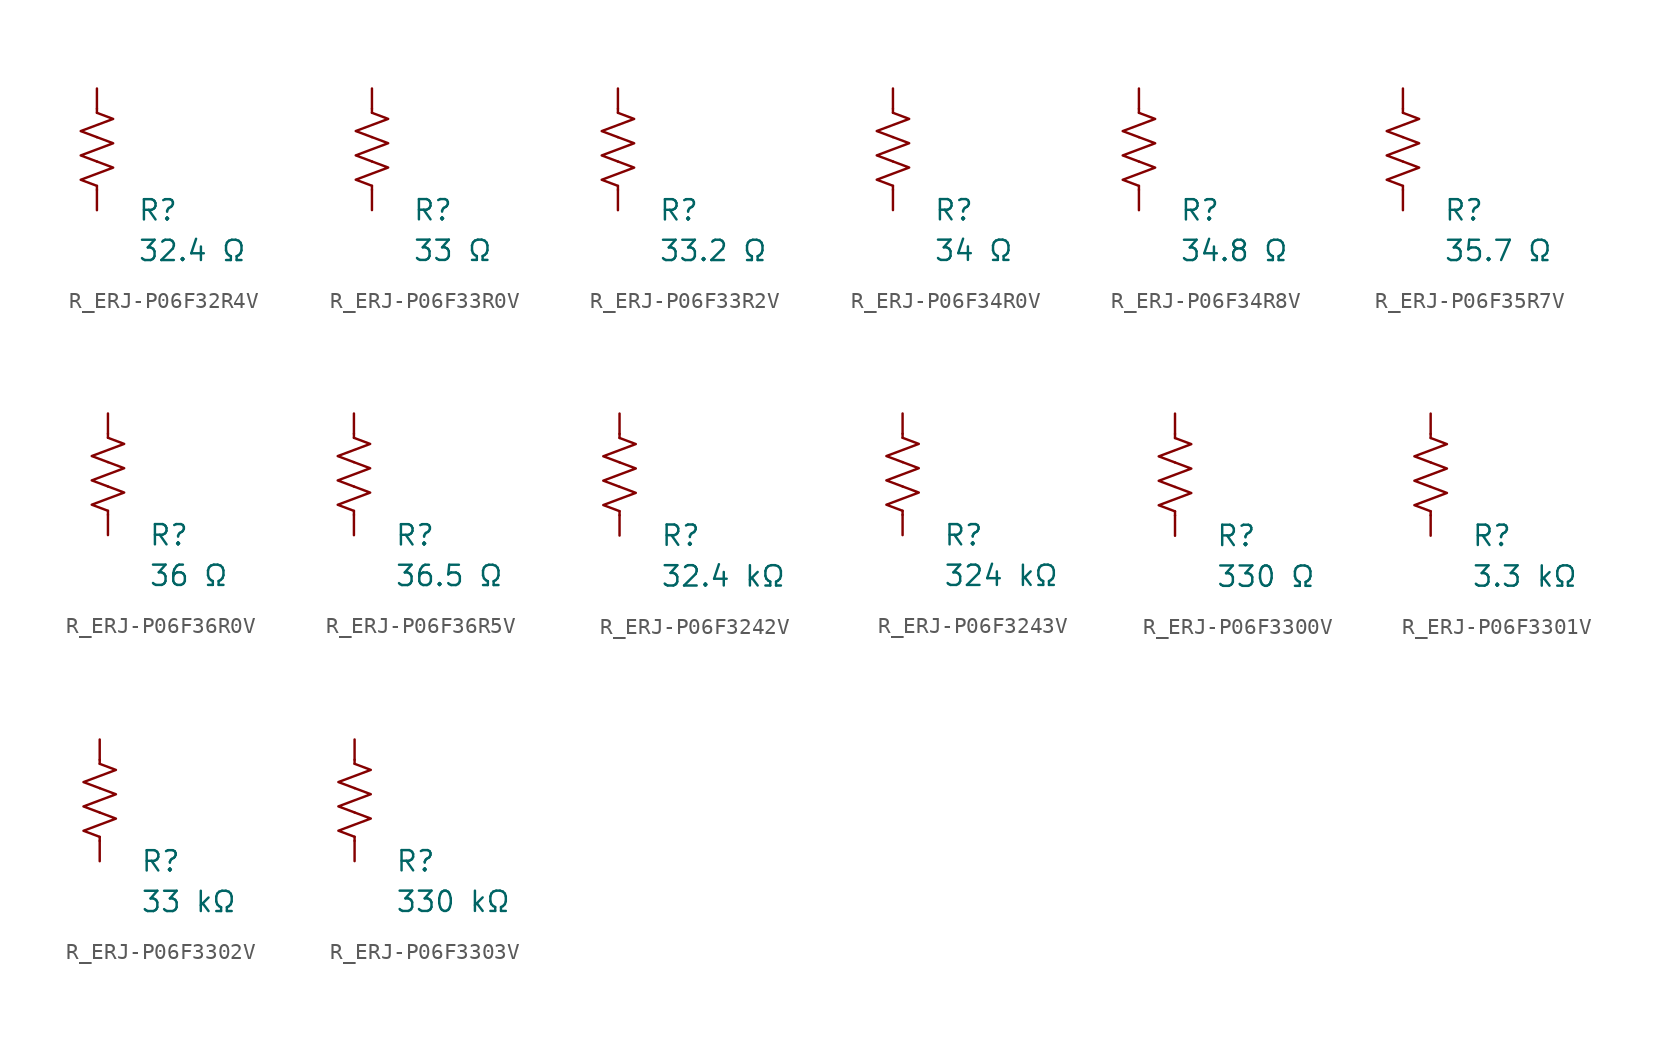
<source format=kicad_sym>
(kicad_symbol_lib
  (version 20231120)
  (generator "kicad_symbol_editor")
  (generator_version "8.0")
  (symbol "R_ERJ-P06F32R4V"
    (pin_numbers hide)
    (pin_names
      (offset 0))
    (property "Reference" "R"
      (at 2.54 -3.81 0)
      (effects (font (size 1.27 1.27)) (justify left))
      (show_name no))
    (property "Value" "32.4 Ω"
      (at 2.54 -6.35 0)
      (effects (font (size 1.27 1.27)) (justify left))
      (show_name no))
    (symbol "R_ERJ-P06F32R4V_0_1"
      (polyline (pts (xy 0 -2.286) (xy 0 -2.54)) (stroke (width 0) (type default)) (fill (type none)))
      (polyline (pts (xy 0 2.286) (xy 0 2.54)) (stroke (width 0) (type default)) (fill (type none)))
      (polyline (pts (xy 0 -0.762) (xy 1.016 -1.143) (xy 0 -1.524) (xy -1.016 -1.905) (xy 0 -2.286)) (stroke (width 0) (type default)) (fill (type none)))
      (polyline (pts (xy 0 0.762) (xy 1.016 0.381) (xy 0 0) (xy -1.016 -0.381) (xy 0 -0.762)) (stroke (width 0) (type default)) (fill (type none)))
      (polyline (pts (xy 0 2.286) (xy 1.016 1.905) (xy 0 1.524) (xy -1.016 1.143) (xy 0 0.762)) (stroke (width 0) (type default)) (fill (type none))))
    (symbol "R_ERJ-P06F32R4V_1_1"
      (pin passive line (at 0 3.81 270) (length 1.27) (name "~" (effects (font (size 1.27 1.27)))) (number "1" (effects (font (size 1.27 1.27)))))
      (pin passive line (at 0 -3.81 90) (length 1.27) (name "~" (effects (font (size 1.27 1.27)))) (number "2" (effects (font (size 1.27 1.27)))))))
  (symbol "R_ERJ-P06F33R0V"
    (pin_numbers hide)
    (pin_names
      (offset 0))
    (property "Reference" "R"
      (at 2.54 -3.81 0)
      (effects (font (size 1.27 1.27)) (justify left))
      (show_name no))
    (property "Value" "33 Ω"
      (at 2.54 -6.35 0)
      (effects (font (size 1.27 1.27)) (justify left))
      (show_name no))
    (symbol "R_ERJ-P06F33R0V_0_1"
      (polyline (pts (xy 0 -2.286) (xy 0 -2.54)) (stroke (width 0) (type default)) (fill (type none)))
      (polyline (pts (xy 0 2.286) (xy 0 2.54)) (stroke (width 0) (type default)) (fill (type none)))
      (polyline (pts (xy 0 -0.762) (xy 1.016 -1.143) (xy 0 -1.524) (xy -1.016 -1.905) (xy 0 -2.286)) (stroke (width 0) (type default)) (fill (type none)))
      (polyline (pts (xy 0 0.762) (xy 1.016 0.381) (xy 0 0) (xy -1.016 -0.381) (xy 0 -0.762)) (stroke (width 0) (type default)) (fill (type none)))
      (polyline (pts (xy 0 2.286) (xy 1.016 1.905) (xy 0 1.524) (xy -1.016 1.143) (xy 0 0.762)) (stroke (width 0) (type default)) (fill (type none))))
    (symbol "R_ERJ-P06F33R0V_1_1"
      (pin passive line (at 0 3.81 270) (length 1.27) (name "~" (effects (font (size 1.27 1.27)))) (number "1" (effects (font (size 1.27 1.27)))))
      (pin passive line (at 0 -3.81 90) (length 1.27) (name "~" (effects (font (size 1.27 1.27)))) (number "2" (effects (font (size 1.27 1.27)))))))
  (symbol "R_ERJ-P06F33R2V"
    (pin_numbers hide)
    (pin_names
      (offset 0))
    (property "Reference" "R"
      (at 2.54 -3.81 0)
      (effects (font (size 1.27 1.27)) (justify left))
      (show_name no))
    (property "Value" "33.2 Ω"
      (at 2.54 -6.35 0)
      (effects (font (size 1.27 1.27)) (justify left))
      (show_name no))
    (symbol "R_ERJ-P06F33R2V_0_1"
      (polyline (pts (xy 0 -2.286) (xy 0 -2.54)) (stroke (width 0) (type default)) (fill (type none)))
      (polyline (pts (xy 0 2.286) (xy 0 2.54)) (stroke (width 0) (type default)) (fill (type none)))
      (polyline (pts (xy 0 -0.762) (xy 1.016 -1.143) (xy 0 -1.524) (xy -1.016 -1.905) (xy 0 -2.286)) (stroke (width 0) (type default)) (fill (type none)))
      (polyline (pts (xy 0 0.762) (xy 1.016 0.381) (xy 0 0) (xy -1.016 -0.381) (xy 0 -0.762)) (stroke (width 0) (type default)) (fill (type none)))
      (polyline (pts (xy 0 2.286) (xy 1.016 1.905) (xy 0 1.524) (xy -1.016 1.143) (xy 0 0.762)) (stroke (width 0) (type default)) (fill (type none))))
    (symbol "R_ERJ-P06F33R2V_1_1"
      (pin passive line (at 0 3.81 270) (length 1.27) (name "~" (effects (font (size 1.27 1.27)))) (number "1" (effects (font (size 1.27 1.27)))))
      (pin passive line (at 0 -3.81 90) (length 1.27) (name "~" (effects (font (size 1.27 1.27)))) (number "2" (effects (font (size 1.27 1.27)))))))
  (symbol "R_ERJ-P06F34R0V"
    (pin_numbers hide)
    (pin_names
      (offset 0))
    (property "Reference" "R"
      (at 2.54 -3.81 0)
      (effects (font (size 1.27 1.27)) (justify left))
      (show_name no))
    (property "Value" "34 Ω"
      (at 2.54 -6.35 0)
      (effects (font (size 1.27 1.27)) (justify left))
      (show_name no))
    (symbol "R_ERJ-P06F34R0V_0_1"
      (polyline (pts (xy 0 -2.286) (xy 0 -2.54)) (stroke (width 0) (type default)) (fill (type none)))
      (polyline (pts (xy 0 2.286) (xy 0 2.54)) (stroke (width 0) (type default)) (fill (type none)))
      (polyline (pts (xy 0 -0.762) (xy 1.016 -1.143) (xy 0 -1.524) (xy -1.016 -1.905) (xy 0 -2.286)) (stroke (width 0) (type default)) (fill (type none)))
      (polyline (pts (xy 0 0.762) (xy 1.016 0.381) (xy 0 0) (xy -1.016 -0.381) (xy 0 -0.762)) (stroke (width 0) (type default)) (fill (type none)))
      (polyline (pts (xy 0 2.286) (xy 1.016 1.905) (xy 0 1.524) (xy -1.016 1.143) (xy 0 0.762)) (stroke (width 0) (type default)) (fill (type none))))
    (symbol "R_ERJ-P06F34R0V_1_1"
      (pin passive line (at 0 3.81 270) (length 1.27) (name "~" (effects (font (size 1.27 1.27)))) (number "1" (effects (font (size 1.27 1.27)))))
      (pin passive line (at 0 -3.81 90) (length 1.27) (name "~" (effects (font (size 1.27 1.27)))) (number "2" (effects (font (size 1.27 1.27)))))))
  (symbol "R_ERJ-P06F34R8V"
    (pin_numbers hide)
    (pin_names
      (offset 0))
    (property "Reference" "R"
      (at 2.54 -3.81 0)
      (effects (font (size 1.27 1.27)) (justify left))
      (show_name no))
    (property "Value" "34.8 Ω"
      (at 2.54 -6.35 0)
      (effects (font (size 1.27 1.27)) (justify left))
      (show_name no))
    (symbol "R_ERJ-P06F34R8V_0_1"
      (polyline (pts (xy 0 -2.286) (xy 0 -2.54)) (stroke (width 0) (type default)) (fill (type none)))
      (polyline (pts (xy 0 2.286) (xy 0 2.54)) (stroke (width 0) (type default)) (fill (type none)))
      (polyline (pts (xy 0 -0.762) (xy 1.016 -1.143) (xy 0 -1.524) (xy -1.016 -1.905) (xy 0 -2.286)) (stroke (width 0) (type default)) (fill (type none)))
      (polyline (pts (xy 0 0.762) (xy 1.016 0.381) (xy 0 0) (xy -1.016 -0.381) (xy 0 -0.762)) (stroke (width 0) (type default)) (fill (type none)))
      (polyline (pts (xy 0 2.286) (xy 1.016 1.905) (xy 0 1.524) (xy -1.016 1.143) (xy 0 0.762)) (stroke (width 0) (type default)) (fill (type none))))
    (symbol "R_ERJ-P06F34R8V_1_1"
      (pin passive line (at 0 3.81 270) (length 1.27) (name "~" (effects (font (size 1.27 1.27)))) (number "1" (effects (font (size 1.27 1.27)))))
      (pin passive line (at 0 -3.81 90) (length 1.27) (name "~" (effects (font (size 1.27 1.27)))) (number "2" (effects (font (size 1.27 1.27)))))))
  (symbol "R_ERJ-P06F35R7V"
    (pin_numbers hide)
    (pin_names
      (offset 0))
    (property "Reference" "R"
      (at 2.54 -3.81 0)
      (effects (font (size 1.27 1.27)) (justify left))
      (show_name no))
    (property "Value" "35.7 Ω"
      (at 2.54 -6.35 0)
      (effects (font (size 1.27 1.27)) (justify left))
      (show_name no))
    (symbol "R_ERJ-P06F35R7V_0_1"
      (polyline (pts (xy 0 -2.286) (xy 0 -2.54)) (stroke (width 0) (type default)) (fill (type none)))
      (polyline (pts (xy 0 2.286) (xy 0 2.54)) (stroke (width 0) (type default)) (fill (type none)))
      (polyline (pts (xy 0 -0.762) (xy 1.016 -1.143) (xy 0 -1.524) (xy -1.016 -1.905) (xy 0 -2.286)) (stroke (width 0) (type default)) (fill (type none)))
      (polyline (pts (xy 0 0.762) (xy 1.016 0.381) (xy 0 0) (xy -1.016 -0.381) (xy 0 -0.762)) (stroke (width 0) (type default)) (fill (type none)))
      (polyline (pts (xy 0 2.286) (xy 1.016 1.905) (xy 0 1.524) (xy -1.016 1.143) (xy 0 0.762)) (stroke (width 0) (type default)) (fill (type none))))
    (symbol "R_ERJ-P06F35R7V_1_1"
      (pin passive line (at 0 3.81 270) (length 1.27) (name "~" (effects (font (size 1.27 1.27)))) (number "1" (effects (font (size 1.27 1.27)))))
      (pin passive line (at 0 -3.81 90) (length 1.27) (name "~" (effects (font (size 1.27 1.27)))) (number "2" (effects (font (size 1.27 1.27)))))))
  (symbol "R_ERJ-P06F36R0V"
    (pin_numbers hide)
    (pin_names
      (offset 0))
    (property "Reference" "R"
      (at 2.54 -3.81 0)
      (effects (font (size 1.27 1.27)) (justify left))
      (show_name no))
    (property "Value" "36 Ω"
      (at 2.54 -6.35 0)
      (effects (font (size 1.27 1.27)) (justify left))
      (show_name no))
    (symbol "R_ERJ-P06F36R0V_0_1"
      (polyline (pts (xy 0 -2.286) (xy 0 -2.54)) (stroke (width 0) (type default)) (fill (type none)))
      (polyline (pts (xy 0 2.286) (xy 0 2.54)) (stroke (width 0) (type default)) (fill (type none)))
      (polyline (pts (xy 0 -0.762) (xy 1.016 -1.143) (xy 0 -1.524) (xy -1.016 -1.905) (xy 0 -2.286)) (stroke (width 0) (type default)) (fill (type none)))
      (polyline (pts (xy 0 0.762) (xy 1.016 0.381) (xy 0 0) (xy -1.016 -0.381) (xy 0 -0.762)) (stroke (width 0) (type default)) (fill (type none)))
      (polyline (pts (xy 0 2.286) (xy 1.016 1.905) (xy 0 1.524) (xy -1.016 1.143) (xy 0 0.762)) (stroke (width 0) (type default)) (fill (type none))))
    (symbol "R_ERJ-P06F36R0V_1_1"
      (pin passive line (at 0 3.81 270) (length 1.27) (name "~" (effects (font (size 1.27 1.27)))) (number "1" (effects (font (size 1.27 1.27)))))
      (pin passive line (at 0 -3.81 90) (length 1.27) (name "~" (effects (font (size 1.27 1.27)))) (number "2" (effects (font (size 1.27 1.27)))))))
  (symbol "R_ERJ-P06F36R5V"
    (pin_numbers hide)
    (pin_names
      (offset 0))
    (property "Reference" "R"
      (at 2.54 -3.81 0)
      (effects (font (size 1.27 1.27)) (justify left))
      (show_name no))
    (property "Value" "36.5 Ω"
      (at 2.54 -6.35 0)
      (effects (font (size 1.27 1.27)) (justify left))
      (show_name no))
    (symbol "R_ERJ-P06F36R5V_0_1"
      (polyline (pts (xy 0 -2.286) (xy 0 -2.54)) (stroke (width 0) (type default)) (fill (type none)))
      (polyline (pts (xy 0 2.286) (xy 0 2.54)) (stroke (width 0) (type default)) (fill (type none)))
      (polyline (pts (xy 0 -0.762) (xy 1.016 -1.143) (xy 0 -1.524) (xy -1.016 -1.905) (xy 0 -2.286)) (stroke (width 0) (type default)) (fill (type none)))
      (polyline (pts (xy 0 0.762) (xy 1.016 0.381) (xy 0 0) (xy -1.016 -0.381) (xy 0 -0.762)) (stroke (width 0) (type default)) (fill (type none)))
      (polyline (pts (xy 0 2.286) (xy 1.016 1.905) (xy 0 1.524) (xy -1.016 1.143) (xy 0 0.762)) (stroke (width 0) (type default)) (fill (type none))))
    (symbol "R_ERJ-P06F36R5V_1_1"
      (pin passive line (at 0 3.81 270) (length 1.27) (name "~" (effects (font (size 1.27 1.27)))) (number "1" (effects (font (size 1.27 1.27)))))
      (pin passive line (at 0 -3.81 90) (length 1.27) (name "~" (effects (font (size 1.27 1.27)))) (number "2" (effects (font (size 1.27 1.27)))))))
  (symbol "R_ERJ-P06F3242V"
    (pin_numbers hide)
    (pin_names
      (offset 0))
    (property "Reference" "R"
      (at 2.54 -3.81 0)
      (effects (font (size 1.27 1.27)) (justify left))
      (show_name no))
    (property "Value" "32.4 kΩ"
      (at 2.54 -6.35 0)
      (effects (font (size 1.27 1.27)) (justify left))
      (show_name no))
    (symbol "R_ERJ-P06F3242V_0_1"
      (polyline (pts (xy 0 -2.286) (xy 0 -2.54)) (stroke (width 0) (type default)) (fill (type none)))
      (polyline (pts (xy 0 2.286) (xy 0 2.54)) (stroke (width 0) (type default)) (fill (type none)))
      (polyline (pts (xy 0 -0.762) (xy 1.016 -1.143) (xy 0 -1.524) (xy -1.016 -1.905) (xy 0 -2.286)) (stroke (width 0) (type default)) (fill (type none)))
      (polyline (pts (xy 0 0.762) (xy 1.016 0.381) (xy 0 0) (xy -1.016 -0.381) (xy 0 -0.762)) (stroke (width 0) (type default)) (fill (type none)))
      (polyline (pts (xy 0 2.286) (xy 1.016 1.905) (xy 0 1.524) (xy -1.016 1.143) (xy 0 0.762)) (stroke (width 0) (type default)) (fill (type none))))
    (symbol "R_ERJ-P06F3242V_1_1"
      (pin passive line (at 0 3.81 270) (length 1.27) (name "~" (effects (font (size 1.27 1.27)))) (number "1" (effects (font (size 1.27 1.27)))))
      (pin passive line (at 0 -3.81 90) (length 1.27) (name "~" (effects (font (size 1.27 1.27)))) (number "2" (effects (font (size 1.27 1.27)))))))
  (symbol "R_ERJ-P06F3243V"
    (pin_numbers hide)
    (pin_names
      (offset 0))
    (property "Reference" "R"
      (at 2.54 -3.81 0)
      (effects (font (size 1.27 1.27)) (justify left))
      (show_name no))
    (property "Value" "324 kΩ"
      (at 2.54 -6.35 0)
      (effects (font (size 1.27 1.27)) (justify left))
      (show_name no))
    (symbol "R_ERJ-P06F3243V_0_1"
      (polyline (pts (xy 0 -2.286) (xy 0 -2.54)) (stroke (width 0) (type default)) (fill (type none)))
      (polyline (pts (xy 0 2.286) (xy 0 2.54)) (stroke (width 0) (type default)) (fill (type none)))
      (polyline (pts (xy 0 -0.762) (xy 1.016 -1.143) (xy 0 -1.524) (xy -1.016 -1.905) (xy 0 -2.286)) (stroke (width 0) (type default)) (fill (type none)))
      (polyline (pts (xy 0 0.762) (xy 1.016 0.381) (xy 0 0) (xy -1.016 -0.381) (xy 0 -0.762)) (stroke (width 0) (type default)) (fill (type none)))
      (polyline (pts (xy 0 2.286) (xy 1.016 1.905) (xy 0 1.524) (xy -1.016 1.143) (xy 0 0.762)) (stroke (width 0) (type default)) (fill (type none))))
    (symbol "R_ERJ-P06F3243V_1_1"
      (pin passive line (at 0 3.81 270) (length 1.27) (name "~" (effects (font (size 1.27 1.27)))) (number "1" (effects (font (size 1.27 1.27)))))
      (pin passive line (at 0 -3.81 90) (length 1.27) (name "~" (effects (font (size 1.27 1.27)))) (number "2" (effects (font (size 1.27 1.27)))))))
  (symbol "R_ERJ-P06F3300V"
    (pin_numbers hide)
    (pin_names
      (offset 0))
    (property "Reference" "R"
      (at 2.54 -3.81 0)
      (effects (font (size 1.27 1.27)) (justify left))
      (show_name no))
    (property "Value" "330 Ω"
      (at 2.54 -6.35 0)
      (effects (font (size 1.27 1.27)) (justify left))
      (show_name no))
    (symbol "R_ERJ-P06F3300V_0_1"
      (polyline (pts (xy 0 -2.286) (xy 0 -2.54)) (stroke (width 0) (type default)) (fill (type none)))
      (polyline (pts (xy 0 2.286) (xy 0 2.54)) (stroke (width 0) (type default)) (fill (type none)))
      (polyline (pts (xy 0 -0.762) (xy 1.016 -1.143) (xy 0 -1.524) (xy -1.016 -1.905) (xy 0 -2.286)) (stroke (width 0) (type default)) (fill (type none)))
      (polyline (pts (xy 0 0.762) (xy 1.016 0.381) (xy 0 0) (xy -1.016 -0.381) (xy 0 -0.762)) (stroke (width 0) (type default)) (fill (type none)))
      (polyline (pts (xy 0 2.286) (xy 1.016 1.905) (xy 0 1.524) (xy -1.016 1.143) (xy 0 0.762)) (stroke (width 0) (type default)) (fill (type none))))
    (symbol "R_ERJ-P06F3300V_1_1"
      (pin passive line (at 0 3.81 270) (length 1.27) (name "~" (effects (font (size 1.27 1.27)))) (number "1" (effects (font (size 1.27 1.27)))))
      (pin passive line (at 0 -3.81 90) (length 1.27) (name "~" (effects (font (size 1.27 1.27)))) (number "2" (effects (font (size 1.27 1.27)))))))
  (symbol "R_ERJ-P06F3301V"
    (pin_numbers hide)
    (pin_names
      (offset 0))
    (property "Reference" "R"
      (at 2.54 -3.81 0)
      (effects (font (size 1.27 1.27)) (justify left))
      (show_name no))
    (property "Value" "3.3 kΩ"
      (at 2.54 -6.35 0)
      (effects (font (size 1.27 1.27)) (justify left))
      (show_name no))
    (symbol "R_ERJ-P06F3301V_0_1"
      (polyline (pts (xy 0 -2.286) (xy 0 -2.54)) (stroke (width 0) (type default)) (fill (type none)))
      (polyline (pts (xy 0 2.286) (xy 0 2.54)) (stroke (width 0) (type default)) (fill (type none)))
      (polyline (pts (xy 0 -0.762) (xy 1.016 -1.143) (xy 0 -1.524) (xy -1.016 -1.905) (xy 0 -2.286)) (stroke (width 0) (type default)) (fill (type none)))
      (polyline (pts (xy 0 0.762) (xy 1.016 0.381) (xy 0 0) (xy -1.016 -0.381) (xy 0 -0.762)) (stroke (width 0) (type default)) (fill (type none)))
      (polyline (pts (xy 0 2.286) (xy 1.016 1.905) (xy 0 1.524) (xy -1.016 1.143) (xy 0 0.762)) (stroke (width 0) (type default)) (fill (type none))))
    (symbol "R_ERJ-P06F3301V_1_1"
      (pin passive line (at 0 3.81 270) (length 1.27) (name "~" (effects (font (size 1.27 1.27)))) (number "1" (effects (font (size 1.27 1.27)))))
      (pin passive line (at 0 -3.81 90) (length 1.27) (name "~" (effects (font (size 1.27 1.27)))) (number "2" (effects (font (size 1.27 1.27)))))))
  (symbol "R_ERJ-P06F3302V"
    (pin_numbers hide)
    (pin_names
      (offset 0))
    (property "Reference" "R"
      (at 2.54 -3.81 0)
      (effects (font (size 1.27 1.27)) (justify left))
      (show_name no))
    (property "Value" "33 kΩ"
      (at 2.54 -6.35 0)
      (effects (font (size 1.27 1.27)) (justify left))
      (show_name no))
    (symbol "R_ERJ-P06F3302V_0_1"
      (polyline (pts (xy 0 -2.286) (xy 0 -2.54)) (stroke (width 0) (type default)) (fill (type none)))
      (polyline (pts (xy 0 2.286) (xy 0 2.54)) (stroke (width 0) (type default)) (fill (type none)))
      (polyline (pts (xy 0 -0.762) (xy 1.016 -1.143) (xy 0 -1.524) (xy -1.016 -1.905) (xy 0 -2.286)) (stroke (width 0) (type default)) (fill (type none)))
      (polyline (pts (xy 0 0.762) (xy 1.016 0.381) (xy 0 0) (xy -1.016 -0.381) (xy 0 -0.762)) (stroke (width 0) (type default)) (fill (type none)))
      (polyline (pts (xy 0 2.286) (xy 1.016 1.905) (xy 0 1.524) (xy -1.016 1.143) (xy 0 0.762)) (stroke (width 0) (type default)) (fill (type none))))
    (symbol "R_ERJ-P06F3302V_1_1"
      (pin passive line (at 0 3.81 270) (length 1.27) (name "~" (effects (font (size 1.27 1.27)))) (number "1" (effects (font (size 1.27 1.27)))))
      (pin passive line (at 0 -3.81 90) (length 1.27) (name "~" (effects (font (size 1.27 1.27)))) (number "2" (effects (font (size 1.27 1.27)))))))
  (symbol "R_ERJ-P06F3303V"
    (pin_numbers hide)
    (pin_names
      (offset 0))
    (property "Reference" "R"
      (at 2.54 -3.81 0)
      (effects (font (size 1.27 1.27)) (justify left))
      (show_name no))
    (property "Value" "330 kΩ"
      (at 2.54 -6.35 0)
      (effects (font (size 1.27 1.27)) (justify left))
      (show_name no))
    (symbol "R_ERJ-P06F3303V_0_1"
      (polyline (pts (xy 0 -2.286) (xy 0 -2.54)) (stroke (width 0) (type default)) (fill (type none)))
      (polyline (pts (xy 0 2.286) (xy 0 2.54)) (stroke (width 0) (type default)) (fill (type none)))
      (polyline (pts (xy 0 -0.762) (xy 1.016 -1.143) (xy 0 -1.524) (xy -1.016 -1.905) (xy 0 -2.286)) (stroke (width 0) (type default)) (fill (type none)))
      (polyline (pts (xy 0 0.762) (xy 1.016 0.381) (xy 0 0) (xy -1.016 -0.381) (xy 0 -0.762)) (stroke (width 0) (type default)) (fill (type none)))
      (polyline (pts (xy 0 2.286) (xy 1.016 1.905) (xy 0 1.524) (xy -1.016 1.143) (xy 0 0.762)) (stroke (width 0) (type default)) (fill (type none))))
    (symbol "R_ERJ-P06F3303V_1_1"
      (pin passive line (at 0 3.81 270) (length 1.27) (name "~" (effects (font (size 1.27 1.27)))) (number "1" (effects (font (size 1.27 1.27)))))
      (pin passive line (at 0 -3.81 90) (length 1.27) (name "~" (effects (font (size 1.27 1.27)))) (number "2" (effects (font (size 1.27 1.27))))))))
</source>
